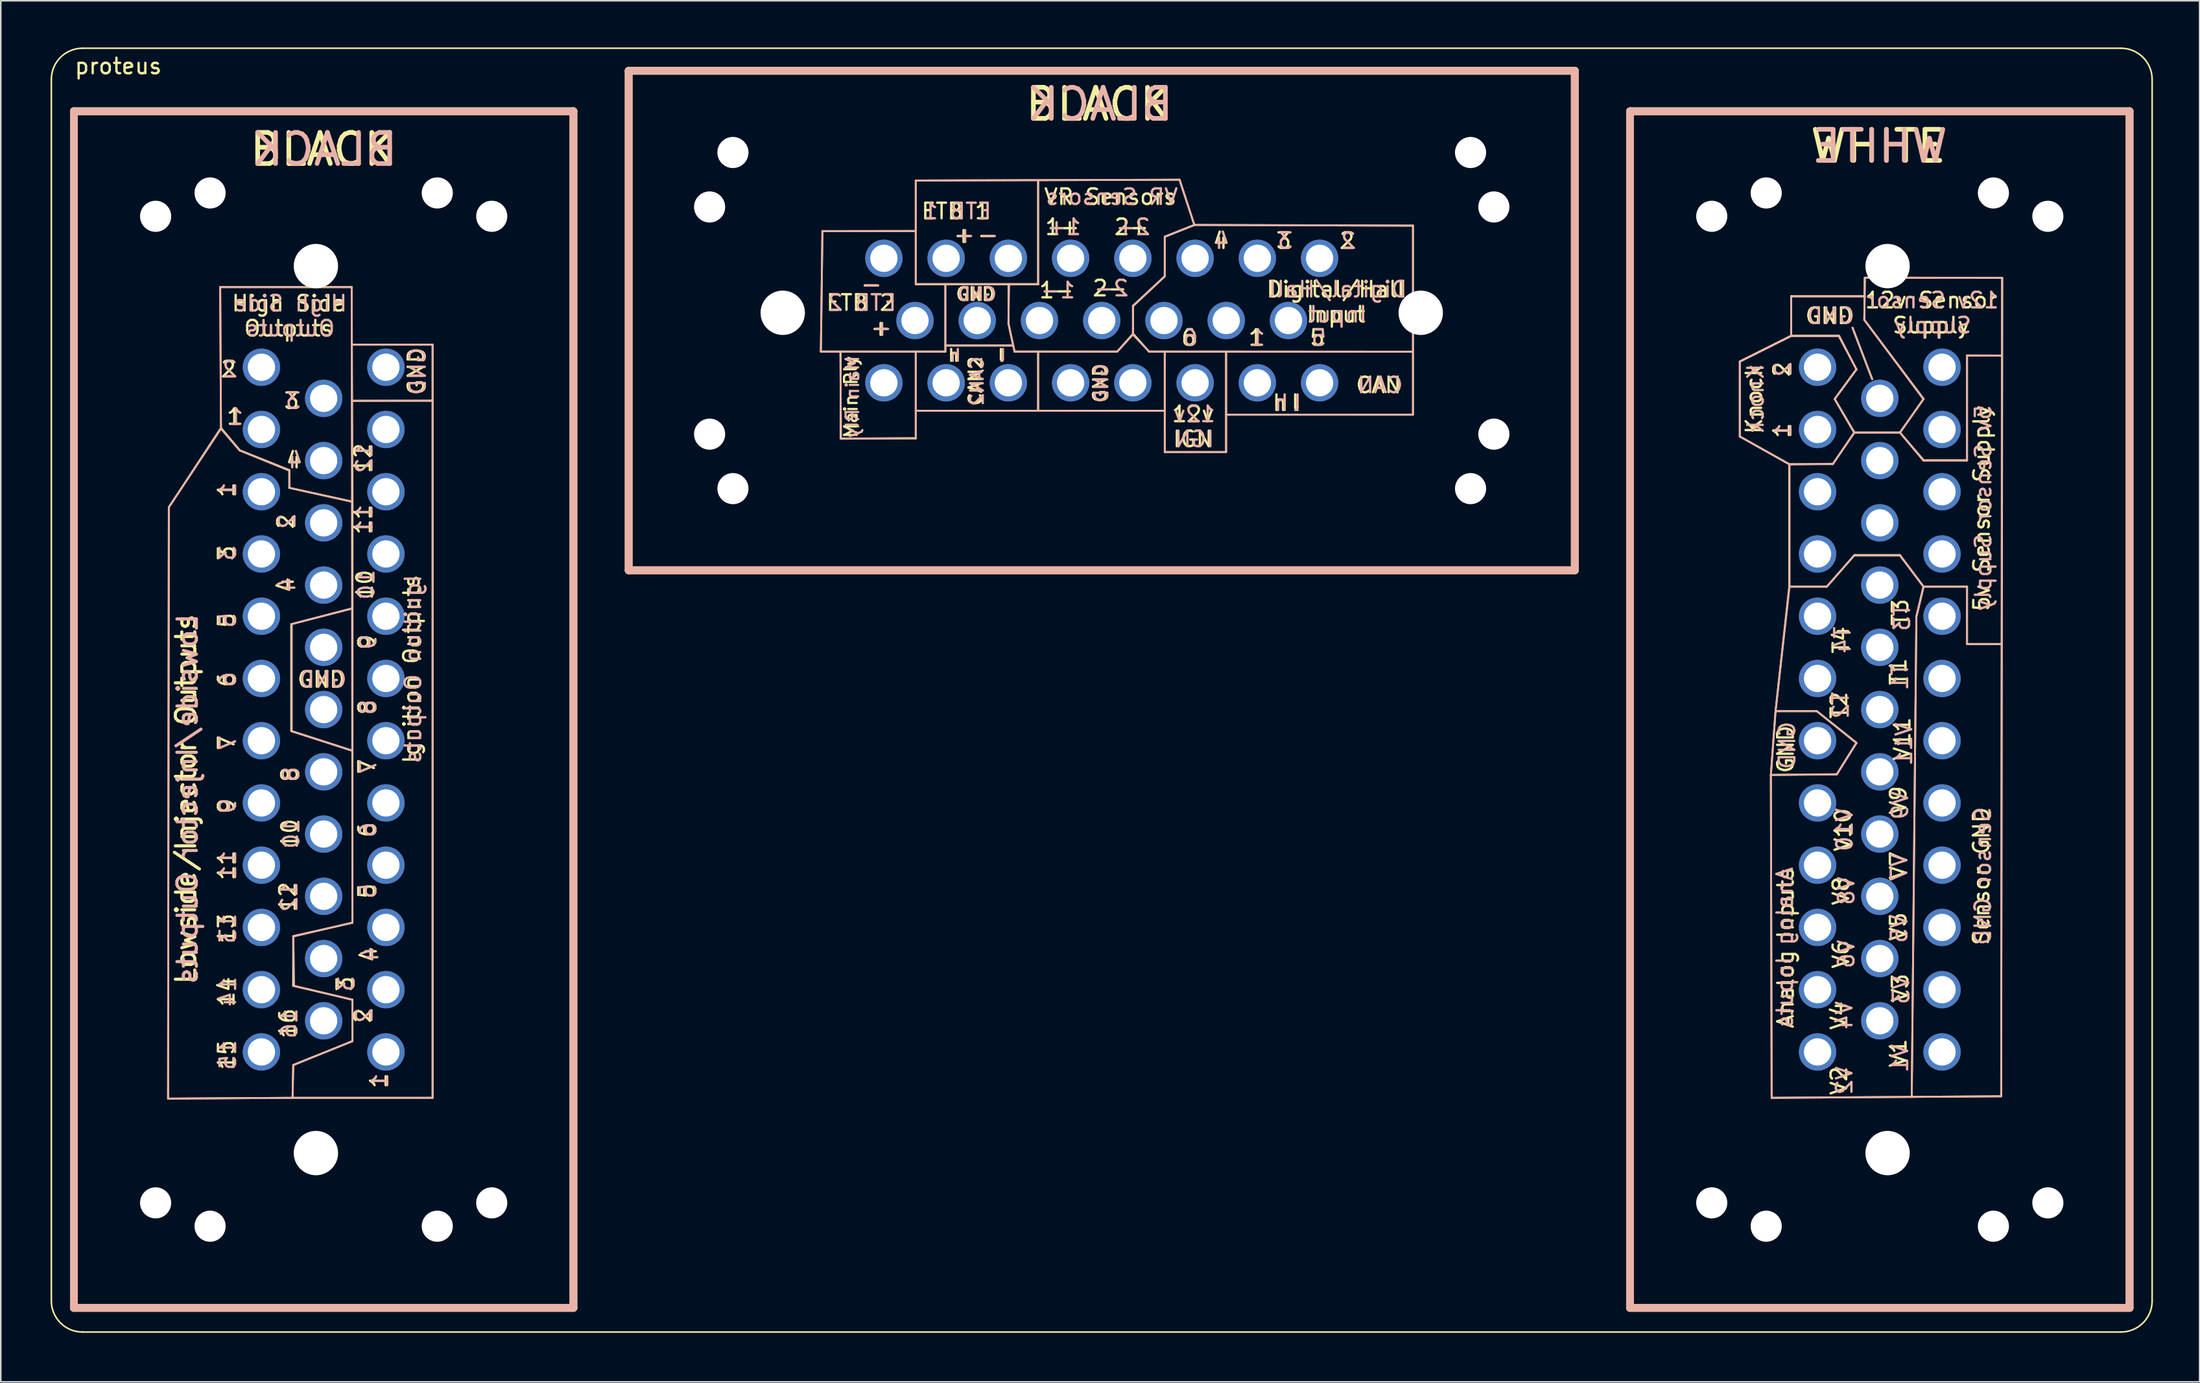
<source format=kicad_pcb>
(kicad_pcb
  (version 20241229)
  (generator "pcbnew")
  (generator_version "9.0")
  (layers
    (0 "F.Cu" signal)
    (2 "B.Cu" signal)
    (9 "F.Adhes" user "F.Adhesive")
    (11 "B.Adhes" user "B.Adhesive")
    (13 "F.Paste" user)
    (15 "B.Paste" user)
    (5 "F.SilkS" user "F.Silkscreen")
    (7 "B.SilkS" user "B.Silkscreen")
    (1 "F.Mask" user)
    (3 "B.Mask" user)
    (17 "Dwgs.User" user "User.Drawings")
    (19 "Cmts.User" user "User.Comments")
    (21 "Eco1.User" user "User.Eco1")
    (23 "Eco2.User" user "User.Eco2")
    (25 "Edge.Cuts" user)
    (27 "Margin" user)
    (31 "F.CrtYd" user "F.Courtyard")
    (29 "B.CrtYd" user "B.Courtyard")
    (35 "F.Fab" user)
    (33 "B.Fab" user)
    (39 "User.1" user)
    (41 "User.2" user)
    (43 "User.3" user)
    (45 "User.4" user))
  (footprint "proteus"
    (layer "F.Cu")
    (at 0.25 82.5)
    (property "Reference" "proteus" (at 4.3 -81.3 0) (unlocked yes) (layer "F.SilkS") (effects (font (size 1 1) (thickness 0.15))))
    (fp_line (start 0 -80.45) (end 0 -1.95) (stroke (width 0.1) (type solid)) (layer "F.SilkS"))
    (fp_line (start 1.45 -78.4) (end 33.55 -78.4) (stroke (width 0.5) (type solid)) (layer "F.SilkS"))
    (fp_line (start 1.45 -1.5) (end 1.45 -78.4) (stroke (width 0.5) (type solid)) (layer "F.SilkS"))
    (fp_line (start 1.45 -1.5) (end 33.55 -1.5) (stroke (width 0.5) (type solid)) (layer "F.SilkS"))
    (fp_line (start 2 0.05) (end 133 0.05) (stroke (width 0.1) (type solid)) (layer "F.SilkS"))
    (fp_line (start 7.5 -14.95) (end 7.55 -52.95) (stroke (width 0.12) (type solid)) (layer "F.SilkS"))
    (fp_line (start 7.55 -52.95) (end 10.9 -58.05) (stroke (width 0.12) (type solid)) (layer "F.SilkS"))
    (fp_line (start 10.9 -58.05) (end 10.85 -67.1) (stroke (width 0.12) (type solid)) (layer "F.SilkS"))
    (fp_line (start 12.112 -56.612) (end 10.9 -58.05) (stroke (width 0.12) (type solid)) (layer "F.SilkS"))
    (fp_line (start 15.287 -55.342) (end 12.112 -56.612) (stroke (width 0.12) (type solid)) (layer "F.SilkS"))
    (fp_line (start 15.287 -55.342) (end 15.287 -54.199) (stroke (width 0.12) (type solid)) (layer "F.SilkS"))
    (fp_line (start 15.287 -54.199) (end 19.351 -53.31) (stroke (width 0.12) (type solid)) (layer "F.SilkS"))
    (fp_line (start 15.414 -45.436) (end 15.414 -38.578) (stroke (width 0.12) (type solid)) (layer "F.SilkS"))
    (fp_line (start 15.414 -38.578) (end 19.351 -37.308) (stroke (width 0.12) (type solid)) (layer "F.SilkS"))
    (fp_line (start 15.5 -15) (end 7.5 -14.95) (stroke (width 0.12) (type solid)) (layer "F.SilkS"))
    (fp_line (start 15.541 -25.37) (end 15.541 -22.195) (stroke (width 0.12) (type solid)) (layer "F.SilkS"))
    (fp_line (start 15.541 -22.195) (end 19.351 -21.306) (stroke (width 0.12) (type solid)) (layer "F.SilkS"))
    (fp_line (start 15.541 -17.115) (end 15.5 -15) (stroke (width 0.12) (type solid)) (layer "F.SilkS"))
    (fp_line (start 19.3 -67.1) (end 10.85 -67.1) (stroke (width 0.12) (type solid)) (layer "F.SilkS"))
    (fp_line (start 19.334 -63.4) (end 24.5 -63.4) (stroke (width 0.12) (type solid)) (layer "F.SilkS"))
    (fp_line (start 19.351 -59.787) (end 24.5 -59.8) (stroke (width 0.12) (type solid)) (layer "F.SilkS"))
    (fp_line (start 19.351 -53.31) (end 19.3 -67.1) (stroke (width 0.12) (type solid)) (layer "F.SilkS"))
    (fp_line (start 19.351 -53.31) (end 19.351 -46.452) (stroke (width 0.12) (type solid)) (layer "F.SilkS"))
    (fp_line (start 19.351 -46.452) (end 15.414 -45.436) (stroke (width 0.12) (type solid)) (layer "F.SilkS"))
    (fp_line (start 19.351 -46.452) (end 19.351 -37.308) (stroke (width 0.12) (type solid)) (layer "F.SilkS"))
    (fp_line (start 19.351 -37.308) (end 19.351 -26.259) (stroke (width 0.12) (type solid)) (layer "F.SilkS"))
    (fp_line (start 19.351 -26.259) (end 15.541 -25.37) (stroke (width 0.12) (type solid)) (layer "F.SilkS"))
    (fp_line (start 19.351 -21.306) (end 19.351 -18.639) (stroke (width 0.12) (type solid)) (layer "F.SilkS"))
    (fp_line (start 19.351 -18.639) (end 15.541 -17.115) (stroke (width 0.12) (type solid)) (layer "F.SilkS"))
    (fp_line (start 24.5 -63.4) (end 24.5 -15) (stroke (width 0.12) (type solid)) (layer "F.SilkS"))
    (fp_line (start 24.5 -15) (end 15.5 -15) (stroke (width 0.12) (type solid)) (layer "F.SilkS"))
    (fp_line (start 33.55 -1.5) (end 33.55 -78.4) (stroke (width 0.5) (type solid)) (layer "F.SilkS"))
    (fp_line (start 37.1 -81) (end 97.9 -81) (stroke (width 0.5) (type solid)) (layer "F.SilkS"))
    (fp_line (start 37.1 -48.9) (end 37.1 -81) (stroke (width 0.5) (type solid)) (layer "F.SilkS"))
    (fp_line (start 49.55 -70.7) (end 49.45 -62.962) (stroke (width 0.12) (type solid)) (layer "F.SilkS"))
    (fp_line (start 50.72 -62.962) (end 50.72 -57.882) (stroke (width 0.12) (type solid)) (layer "F.SilkS"))
    (fp_line (start 50.72 -57.882) (end 50.72 -57.374) (stroke (width 0.12) (type solid)) (layer "F.SilkS"))
    (fp_line (start 50.72 -57.374) (end 55.546 -57.374) (stroke (width 0.12) (type solid)) (layer "F.SilkS"))
    (fp_line (start 55.546 -73.95) (end 72.5 -74) (stroke (width 0.12) (type solid)) (layer "F.SilkS"))
    (fp_line (start 55.546 -70.709) (end 49.55 -70.7) (stroke (width 0.12) (type solid)) (layer "F.SilkS"))
    (fp_line (start 55.546 -67.28) (end 55.546 -73.95) (stroke (width 0.12) (type solid)) (layer "F.SilkS"))
    (fp_line (start 55.546 -67.28) (end 63.42 -67.28) (stroke (width 0.12) (type solid)) (layer "F.SilkS"))
    (fp_line (start 55.546 -59.152) (end 55.546 -62.962) (stroke (width 0.12) (type solid)) (layer "F.SilkS"))
    (fp_line (start 55.546 -57.374) (end 55.546 -59.152) (stroke (width 0.12) (type solid)) (layer "F.SilkS"))
    (fp_line (start 57.451 -67.28) (end 57.451 -62.962) (stroke (width 0.12) (type solid)) (layer "F.SilkS"))
    (fp_line (start 57.451 -63.343) (end 61.769 -63.343) (stroke (width 0.12) (type solid)) (layer "F.SilkS"))
    (fp_line (start 57.451 -62.962) (end 49.45 -62.962) (stroke (width 0.12) (type solid)) (layer "F.SilkS"))
    (fp_line (start 61.515 -67.28) (end 61.515 -64.74) (stroke (width 0.12) (type solid)) (layer "F.SilkS"))
    (fp_line (start 61.515 -64.74) (end 61.896 -62.962) (stroke (width 0.12) (type solid)) (layer "F.SilkS"))
    (fp_line (start 61.896 -62.962) (end 68.5 -62.962) (stroke (width 0.12) (type solid)) (layer "F.SilkS"))
    (fp_line (start 63.42 -67.28) (end 63.42 -73.95) (stroke (width 0.12) (type solid)) (layer "F.SilkS"))
    (fp_line (start 63.42 -59.152) (end 63.42 -62.962) (stroke (width 0.12) (type solid)) (layer "F.SilkS"))
    (fp_line (start 68.5 -62.962) (end 69.516 -64.105) (stroke (width 0.12) (type solid)) (layer "F.SilkS"))
    (fp_line (start 69.516 -65.883) (end 71.548 -67.788) (stroke (width 0.12) (type solid)) (layer "F.SilkS"))
    (fp_line (start 69.516 -64.105) (end 69.516 -65.883) (stroke (width 0.12) (type solid)) (layer "F.SilkS"))
    (fp_line (start 69.516 -64.105) (end 70.532 -62.962) (stroke (width 0.12) (type solid)) (layer "F.SilkS"))
    (fp_line (start 70.532 -62.962) (end 87.5 -62.95) (stroke (width 0.12) (type solid)) (layer "F.SilkS"))
    (fp_line (start 71.548 -70.328) (end 73.453 -71.09) (stroke (width 0.12) (type solid)) (layer "F.SilkS"))
    (fp_line (start 71.548 -67.788) (end 71.548 -70.328) (stroke (width 0.12) (type solid)) (layer "F.SilkS"))
    (fp_line (start 71.548 -62.962) (end 71.55 -56.5) (stroke (width 0.12) (type solid)) (layer "F.SilkS"))
    (fp_line (start 71.548 -59.152) (end 55.546 -59.152) (stroke (width 0.12) (type solid)) (layer "F.SilkS"))
    (fp_line (start 72.5 -74) (end 73.453 -71.09) (stroke (width 0.12) (type solid)) (layer "F.SilkS"))
    (fp_line (start 73.453 -71.09) (end 87.5 -71.05) (stroke (width 0.12) (type solid)) (layer "F.SilkS"))
    (fp_line (start 75.485 -62.962) (end 75.485 -56.5) (stroke (width 0.12) (type solid)) (layer "F.SilkS"))
    (fp_line (start 75.485 -58.898) (end 87.5 -58.9) (stroke (width 0.12) (type solid)) (layer "F.SilkS"))
    (fp_line (start 75.485 -56.5) (end 71.55 -56.5) (stroke (width 0.12) (type solid)) (layer "F.SilkS"))
    (fp_line (start 87.5 -71.05) (end 87.5 -58.9) (stroke (width 0.12) (type solid)) (layer "F.SilkS"))
    (fp_line (start 97.9 -81) (end 97.9 -48.9) (stroke (width 0.5) (type solid)) (layer "F.SilkS"))
    (fp_line (start 97.9 -48.9) (end 37.1 -48.9) (stroke (width 0.5) (type solid)) (layer "F.SilkS"))
    (fp_line (start 101.45 -78.4) (end 101.45 -1.5) (stroke (width 0.5) (type solid)) (layer "F.SilkS"))
    (fp_line (start 108.505 -62.327) (end 111.807 -63.978) (stroke (width 0.12) (type solid)) (layer "F.SilkS"))
    (fp_line (start 108.505 -57.501) (end 108.505 -62.327) (stroke (width 0.12) (type solid)) (layer "F.SilkS"))
    (fp_line (start 110.5 -35.75) (end 114.728 -35.784) (stroke (width 0.12) (type solid)) (layer "F.SilkS"))
    (fp_line (start 110.55 -15) (end 110.5 -35.75) (stroke (width 0.12) (type solid)) (layer "F.SilkS"))
    (fp_line (start 110.8 -39.85) (end 110.5 -35.75) (stroke (width 0.12) (type solid)) (layer "F.SilkS"))
    (fp_line (start 110.8 -39.85) (end 111.68 -47.849) (stroke (width 0.12) (type solid)) (layer "F.SilkS"))
    (fp_line (start 111.68 -55.723) (end 108.505 -57.501) (stroke (width 0.12) (type solid)) (layer "F.SilkS"))
    (fp_line (start 111.68 -55.723) (end 111.68 -47.849) (stroke (width 0.12) (type solid)) (layer "F.SilkS"))
    (fp_line (start 111.68 -47.849) (end 114.093 -47.849) (stroke (width 0.12) (type solid)) (layer "F.SilkS"))
    (fp_line (start 111.68 -39.848) (end 110.8 -39.85) (stroke (width 0.12) (type solid)) (layer "F.SilkS"))
    (fp_line (start 111.807 -66.518) (end 116.506 -66.518) (stroke (width 0.12) (type solid)) (layer "F.SilkS"))
    (fp_line (start 111.807 -63.978) (end 111.807 -66.518) (stroke (width 0.12) (type solid)) (layer "F.SilkS"))
    (fp_line (start 111.807 -63.978) (end 114.855 -63.978) (stroke (width 0.12) (type solid)) (layer "F.SilkS"))
    (fp_line (start 111.934 -55.723) (end 111.68 -55.723) (stroke (width 0.12) (type solid)) (layer "F.SilkS"))
    (fp_line (start 111.934 -55.723) (end 114.474 -55.723) (stroke (width 0.12) (type solid)) (layer "F.SilkS"))
    (fp_line (start 113.458 -39.848) (end 111.68 -39.848) (stroke (width 0.12) (type solid)) (layer "F.SilkS"))
    (fp_line (start 114.093 -47.849) (end 115.871 -49.881) (stroke (width 0.12) (type solid)) (layer "F.SilkS"))
    (fp_line (start 114.474 -55.723) (end 115.871 -57.755) (stroke (width 0.12) (type solid)) (layer "F.SilkS"))
    (fp_line (start 114.601 -59.914) (end 115.998 -61.819) (stroke (width 0.12) (type solid)) (layer "F.SilkS"))
    (fp_line (start 114.728 -35.784) (end 115.998 -37.816) (stroke (width 0.12) (type solid)) (layer "F.SilkS"))
    (fp_line (start 114.855 -63.978) (end 115.998 -61.819) (stroke (width 0.12) (type solid)) (layer "F.SilkS"))
    (fp_line (start 115.744 -64.486) (end 117.014 -61.184) (stroke (width 0.12) (type solid)) (layer "F.SilkS"))
    (fp_line (start 115.871 -57.755) (end 114.601 -59.914) (stroke (width 0.12) (type solid)) (layer "F.SilkS"))
    (fp_line (start 115.871 -57.755) (end 118.792 -57.755) (stroke (width 0.12) (type solid)) (layer "F.SilkS"))
    (fp_line (start 115.871 -49.881) (end 118.792 -49.881) (stroke (width 0.12) (type solid)) (layer "F.SilkS"))
    (fp_line (start 115.998 -37.816) (end 113.458 -39.848) (stroke (width 0.12) (type solid)) (layer "F.SilkS"))
    (fp_line (start 116.506 -64.994) (end 116.528 -67.65) (stroke (width 0.12) (type solid)) (layer "F.SilkS"))
    (fp_line (start 116.528 -67.709) (end 125.372 -67.691) (stroke (width 0.12) (type solid)) (layer "F.SilkS"))
    (fp_line (start 118.792 -61.946) (end 116.506 -64.994) (stroke (width 0.12) (type solid)) (layer "F.SilkS"))
    (fp_line (start 118.792 -57.755) (end 120.316 -59.914) (stroke (width 0.12) (type solid)) (layer "F.SilkS"))
    (fp_line (start 118.792 -57.755) (end 120.316 -55.977) (stroke (width 0.12) (type solid)) (layer "F.SilkS"))
    (fp_line (start 118.792 -49.881) (end 120.316 -47.849) (stroke (width 0.12) (type solid)) (layer "F.SilkS"))
    (fp_line (start 119.85 -45.9) (end 119.554 -15.05) (stroke (width 0.12) (type solid)) (layer "F.SilkS"))
    (fp_line (start 120.316 -59.914) (end 118.792 -61.946) (stroke (width 0.12) (type solid)) (layer "F.SilkS"))
    (fp_line (start 120.316 -55.977) (end 123.11 -55.977) (stroke (width 0.12) (type solid)) (layer "F.SilkS"))
    (fp_line (start 120.316 -47.849) (end 119.85 -45.9) (stroke (width 0.12) (type solid)) (layer "F.SilkS"))
    (fp_line (start 120.316 -47.849) (end 123.11 -47.849) (stroke (width 0.12) (type solid)) (layer "F.SilkS"))
    (fp_line (start 123.11 -62.708) (end 125.3 -62.7) (stroke (width 0.12) (type solid)) (layer "F.SilkS"))
    (fp_line (start 123.11 -55.977) (end 123.11 -62.708) (stroke (width 0.12) (type solid)) (layer "F.SilkS"))
    (fp_line (start 123.11 -47.849) (end 123.11 -44.166) (stroke (width 0.12) (type solid)) (layer "F.SilkS"))
    (fp_line (start 123.11 -44.166) (end 125.3 -44.166) (stroke (width 0.12) (type solid)) (layer "F.SilkS"))
    (fp_line (start 125.3 -15.1) (end 110.55 -15) (stroke (width 0.12) (type solid)) (layer "F.SilkS"))
    (fp_line (start 125.3 -15.1) (end 125.372 -67.691) (stroke (width 0.12) (type solid)) (layer "F.SilkS"))
    (fp_line (start 133 -82.45) (end 2 -82.45) (stroke (width 0.1) (type solid)) (layer "F.SilkS"))
    (fp_line (start 133.55 -78.4) (end 101.45 -78.4) (stroke (width 0.5) (type solid)) (layer "F.SilkS"))
    (fp_line (start 133.55 -78.4) (end 133.55 -1.5) (stroke (width 0.5) (type solid)) (layer "F.SilkS"))
    (fp_line (start 133.55 -1.5) (end 101.45 -1.5) (stroke (width 0.5) (type solid)) (layer "F.SilkS"))
    (fp_line (start 135 -1.95) (end 135 -80.45) (stroke (width 0.1) (type solid)) (layer "F.SilkS"))
    (fp_arc (start -0.000001 -80.450001) (mid 0.585786 -81.864214) (end 2 -82.45) (stroke (width 0.1) (type solid)) (layer "F.SilkS"))
    (fp_arc (start 1.999999 0.050001) (mid 0.585786 -0.535786) (end 0 -1.95) (stroke (width 0.1) (type solid)) (layer "F.SilkS"))
    (fp_arc (start 133.000001 -82.450001) (mid 134.414214 -81.864214) (end 135 -80.45) (stroke (width 0.1) (type solid)) (layer "F.SilkS"))
    (fp_arc (start 135.000001 -1.949999) (mid 134.414214 -0.535786) (end 133 0.05) (stroke (width 0.1) (type solid)) (layer "F.SilkS"))
    (fp_line (start 1.45 -78.4) (end 1.45 -1.5) (stroke (width 0.5) (type solid)) (layer "B.SilkS"))
    (fp_line (start 1.45 -78.4) (end 33.55 -78.4) (stroke (width 0.5) (type solid)) (layer "B.SilkS"))
    (fp_line (start 1.45 -1.5) (end 33.55 -1.5) (stroke (width 0.5) (type solid)) (layer "B.SilkS"))
    (fp_line (start 7.5 -14.95) (end 15.5 -15) (stroke (width 0.12) (type solid)) (layer "B.SilkS"))
    (fp_line (start 7.55 -52.95) (end 7.5 -14.95) (stroke (width 0.12) (type solid)) (layer "B.SilkS"))
    (fp_line (start 10.85 -67.1) (end 10.9 -58) (stroke (width 0.12) (type solid)) (layer "B.SilkS"))
    (fp_line (start 10.85 -67.1) (end 19.3 -67.1) (stroke (width 0.12) (type solid)) (layer "B.SilkS"))
    (fp_line (start 10.9 -58) (end 7.55 -52.95) (stroke (width 0.12) (type solid)) (layer "B.SilkS"))
    (fp_line (start 12.1 -56.6) (end 10.9 -58) (stroke (width 0.12) (type solid)) (layer "B.SilkS"))
    (fp_line (start 15.3 -55.3) (end 12.1 -56.6) (stroke (width 0.12) (type solid)) (layer "B.SilkS"))
    (fp_line (start 15.3 -54.2) (end 15.3 -55.3) (stroke (width 0.12) (type solid)) (layer "B.SilkS"))
    (fp_line (start 15.45 -45.45) (end 19.3 -46.45) (stroke (width 0.12) (type solid)) (layer "B.SilkS"))
    (fp_line (start 15.45 -38.55) (end 15.45 -45.45) (stroke (width 0.12) (type solid)) (layer "B.SilkS"))
    (fp_line (start 15.5 -15) (end 24.5 -15) (stroke (width 0.12) (type solid)) (layer "B.SilkS"))
    (fp_line (start 15.55 -25.4) (end 15.6 -22.2) (stroke (width 0.12) (type solid)) (layer "B.SilkS"))
    (fp_line (start 15.55 -17.1) (end 15.5 -15) (stroke (width 0.12) (type solid)) (layer "B.SilkS"))
    (fp_line (start 15.6 -22.2) (end 19.35 -21.3) (stroke (width 0.12) (type solid)) (layer "B.SilkS"))
    (fp_line (start 19.3 -67.1) (end 19.35 -26.25) (stroke (width 0.12) (type solid)) (layer "B.SilkS"))
    (fp_line (start 19.3 -59.8) (end 24.5 -59.8) (stroke (width 0.12) (type solid)) (layer "B.SilkS"))
    (fp_line (start 19.35 -53.3) (end 15.3 -54.2) (stroke (width 0.12) (type solid)) (layer "B.SilkS"))
    (fp_line (start 19.35 -37.3) (end 15.45 -38.55) (stroke (width 0.12) (type solid)) (layer "B.SilkS"))
    (fp_line (start 19.35 -26.25) (end 15.55 -25.4) (stroke (width 0.12) (type solid)) (layer "B.SilkS"))
    (fp_line (start 19.35 -21.3) (end 19.35 -18.65) (stroke (width 0.12) (type solid)) (layer "B.SilkS"))
    (fp_line (start 19.35 -18.65) (end 15.55 -17.1) (stroke (width 0.12) (type solid)) (layer "B.SilkS"))
    (fp_line (start 24.5 -63.4) (end 19.3 -63.4) (stroke (width 0.12) (type solid)) (layer "B.SilkS"))
    (fp_line (start 24.5 -15) (end 24.5 -63.4) (stroke (width 0.12) (type solid)) (layer "B.SilkS"))
    (fp_line (start 33.55 -78.4) (end 33.55 -1.5) (stroke (width 0.5) (type solid)) (layer "B.SilkS"))
    (fp_line (start 37.1 -81) (end 37.1 -48.9) (stroke (width 0.5) (type solid)) (layer "B.SilkS"))
    (fp_line (start 37.1 -48.9) (end 97.9 -48.9) (stroke (width 0.5) (type solid)) (layer "B.SilkS"))
    (fp_line (start 49.45 -62.95) (end 49.55 -70.7) (stroke (width 0.12) (type solid)) (layer "B.SilkS"))
    (fp_line (start 49.55 -70.7) (end 55.55 -70.7) (stroke (width 0.12) (type solid)) (layer "B.SilkS"))
    (fp_line (start 50.75 -57.35) (end 50.7 -62.95) (stroke (width 0.12) (type solid)) (layer "B.SilkS"))
    (fp_line (start 55.55 -73.95) (end 55.55 -67.3) (stroke (width 0.12) (type solid)) (layer "B.SilkS"))
    (fp_line (start 55.55 -67.3) (end 63.4 -67.3) (stroke (width 0.12) (type solid)) (layer "B.SilkS"))
    (fp_line (start 55.55 -62.85) (end 55.55 -57.4) (stroke (width 0.12) (type solid)) (layer "B.SilkS"))
    (fp_line (start 55.55 -57.4) (end 50.75 -57.35) (stroke (width 0.12) (type solid)) (layer "B.SilkS"))
    (fp_line (start 55.65 -73.95) (end 72.5 -74) (stroke (width 0.12) (type solid)) (layer "B.SilkS"))
    (fp_line (start 57.45 -67.3) (end 57.45 -62.95) (stroke (width 0.12) (type solid)) (layer "B.SilkS"))
    (fp_line (start 57.45 -63.35) (end 61.8 -63.35) (stroke (width 0.12) (type solid)) (layer "B.SilkS"))
    (fp_line (start 57.45 -62.95) (end 49.45 -62.95) (stroke (width 0.12) (type solid)) (layer "B.SilkS"))
    (fp_line (start 61.5 -64.75) (end 61.9 -62.95) (stroke (width 0.12) (type solid)) (layer "B.SilkS"))
    (fp_line (start 61.55 -67.3) (end 61.5 -64.75) (stroke (width 0.12) (type solid)) (layer "B.SilkS"))
    (fp_line (start 61.9 -62.95) (end 68.5 -62.95) (stroke (width 0.12) (type solid)) (layer "B.SilkS"))
    (fp_line (start 63.4 -67.3) (end 63.4 -73.95) (stroke (width 0.12) (type solid)) (layer "B.SilkS"))
    (fp_line (start 63.4 -62.95) (end 63.4 -59.15) (stroke (width 0.12) (type solid)) (layer "B.SilkS"))
    (fp_line (start 68.5 -62.95) (end 69.5 -64.05) (stroke (width 0.12) (type solid)) (layer "B.SilkS"))
    (fp_line (start 69.5 -65.9) (end 71.55 -67.8) (stroke (width 0.12) (type solid)) (layer "B.SilkS"))
    (fp_line (start 69.5 -64.05) (end 69.5 -65.9) (stroke (width 0.12) (type solid)) (layer "B.SilkS"))
    (fp_line (start 69.5 -64.05) (end 70.55 -62.95) (stroke (width 0.12) (type solid)) (layer "B.SilkS"))
    (fp_line (start 70.55 -62.95) (end 87.5 -62.95) (stroke (width 0.12) (type solid)) (layer "B.SilkS"))
    (fp_line (start 71.55 -70.35) (end 73.45 -71.1) (stroke (width 0.12) (type solid)) (layer "B.SilkS"))
    (fp_line (start 71.55 -67.8) (end 71.55 -70.35) (stroke (width 0.12) (type solid)) (layer "B.SilkS"))
    (fp_line (start 71.55 -59.15) (end 55.55 -59.15) (stroke (width 0.12) (type solid)) (layer "B.SilkS"))
    (fp_line (start 71.55 -56.5) (end 71.55 -62.95) (stroke (width 0.12) (type solid)) (layer "B.SilkS"))
    (fp_line (start 72.5 -74) (end 73.45 -71.1) (stroke (width 0.12) (type solid)) (layer "B.SilkS"))
    (fp_line (start 73.45 -71.1) (end 87.5 -71.05) (stroke (width 0.12) (type solid)) (layer "B.SilkS"))
    (fp_line (start 75.5 -62.9) (end 75.5 -56.5) (stroke (width 0.12) (type solid)) (layer "B.SilkS"))
    (fp_line (start 75.5 -56.5) (end 71.55 -56.5) (stroke (width 0.12) (type solid)) (layer "B.SilkS"))
    (fp_line (start 87.5 -71.05) (end 87.5 -58.9) (stroke (width 0.12) (type solid)) (layer "B.SilkS"))
    (fp_line (start 87.5 -58.9) (end 75.5 -58.9) (stroke (width 0.12) (type solid)) (layer "B.SilkS"))
    (fp_line (start 97.9 -81) (end 37.1 -81) (stroke (width 0.5) (type solid)) (layer "B.SilkS"))
    (fp_line (start 97.9 -48.9) (end 97.9 -81) (stroke (width 0.5) (type solid)) (layer "B.SilkS"))
    (fp_line (start 101.45 -1.5) (end 101.45 -78.4) (stroke (width 0.5) (type solid)) (layer "B.SilkS"))
    (fp_line (start 108.5 -62.3) (end 111.8 -63.95) (stroke (width 0.12) (type solid)) (layer "B.SilkS"))
    (fp_line (start 108.5 -57.5) (end 108.5 -62.3) (stroke (width 0.12) (type solid)) (layer "B.SilkS"))
    (fp_line (start 110.5 -35.75) (end 110.8 -39.85) (stroke (width 0.12) (type solid)) (layer "B.SilkS"))
    (fp_line (start 110.55 -15) (end 110.5 -35.75) (stroke (width 0.12) (type solid)) (layer "B.SilkS"))
    (fp_line (start 110.8 -39.85) (end 111.7 -47.85) (stroke (width 0.12) (type solid)) (layer "B.SilkS"))
    (fp_line (start 110.8 -39.85) (end 113.45 -39.85) (stroke (width 0.12) (type solid)) (layer "B.SilkS"))
    (fp_line (start 111.7 -55.7) (end 108.5 -57.5) (stroke (width 0.12) (type solid)) (layer "B.SilkS"))
    (fp_line (start 111.7 -47.85) (end 111.7 -55.7) (stroke (width 0.12) (type solid)) (layer "B.SilkS"))
    (fp_line (start 111.7 -47.85) (end 114.1 -47.85) (stroke (width 0.12) (type solid)) (layer "B.SilkS"))
    (fp_line (start 111.8 -66.5) (end 116.55 -66.5) (stroke (width 0.12) (type solid)) (layer "B.SilkS"))
    (fp_line (start 111.8 -63.95) (end 111.8 -66.5) (stroke (width 0.12) (type solid)) (layer "B.SilkS"))
    (fp_line (start 111.8 -63.95) (end 114.9 -63.95) (stroke (width 0.12) (type solid)) (layer "B.SilkS"))
    (fp_line (start 113.45 -39.85) (end 116 -37.8) (stroke (width 0.12) (type solid)) (layer "B.SilkS"))
    (fp_line (start 114.1 -47.85) (end 115.85 -49.85) (stroke (width 0.12) (type solid)) (layer "B.SilkS"))
    (fp_line (start 114.5 -55.75) (end 111.7 -55.7) (stroke (width 0.12) (type solid)) (layer "B.SilkS"))
    (fp_line (start 114.6 -59.9) (end 115.85 -57.75) (stroke (width 0.12) (type solid)) (layer "B.SilkS"))
    (fp_line (start 114.75 -35.8) (end 110.5 -35.75) (stroke (width 0.12) (type solid)) (layer "B.SilkS"))
    (fp_line (start 114.9 -63.95) (end 116 -61.8) (stroke (width 0.12) (type solid)) (layer "B.SilkS"))
    (fp_line (start 115.85 -57.75) (end 114.5 -55.75) (stroke (width 0.12) (type solid)) (layer "B.SilkS"))
    (fp_line (start 115.85 -57.75) (end 118.8 -57.75) (stroke (width 0.12) (type solid)) (layer "B.SilkS"))
    (fp_line (start 115.85 -49.85) (end 118.8 -49.85) (stroke (width 0.12) (type solid)) (layer "B.SilkS"))
    (fp_line (start 116 -61.8) (end 114.6 -59.9) (stroke (width 0.12) (type solid)) (layer "B.SilkS"))
    (fp_line (start 116 -37.8) (end 114.75 -35.8) (stroke (width 0.12) (type solid)) (layer "B.SilkS"))
    (fp_line (start 116.5 -65) (end 120.3 -59.9) (stroke (width 0.12) (type solid)) (layer "B.SilkS"))
    (fp_line (start 116.55 -67.7) (end 116.5 -65) (stroke (width 0.12) (type solid)) (layer "B.SilkS"))
    (fp_line (start 117 -61.2) (end 115.75 -64.5) (stroke (width 0.12) (type solid)) (layer "B.SilkS"))
    (fp_line (start 118.8 -57.75) (end 120.3 -55.95) (stroke (width 0.12) (type solid)) (layer "B.SilkS"))
    (fp_line (start 118.8 -49.85) (end 120.3 -47.85) (stroke (width 0.12) (type solid)) (layer "B.SilkS"))
    (fp_line (start 119.85 -45.95) (end 119.55 -15.05) (stroke (width 0.12) (type solid)) (layer "B.SilkS"))
    (fp_line (start 120.3 -59.9) (end 118.8 -57.75) (stroke (width 0.12) (type solid)) (layer "B.SilkS"))
    (fp_line (start 120.3 -55.95) (end 123.1 -55.95) (stroke (width 0.12) (type solid)) (layer "B.SilkS"))
    (fp_line (start 120.3 -47.85) (end 119.85 -45.95) (stroke (width 0.12) (type solid)) (layer "B.SilkS"))
    (fp_line (start 120.3 -47.85) (end 123.1 -47.85) (stroke (width 0.12) (type solid)) (layer "B.SilkS"))
    (fp_line (start 123.1 -62.7) (end 125.35 -62.7) (stroke (width 0.12) (type solid)) (layer "B.SilkS"))
    (fp_line (start 123.1 -55.95) (end 123.1 -62.7) (stroke (width 0.12) (type solid)) (layer "B.SilkS"))
    (fp_line (start 123.1 -47.85) (end 123.1 -44.15) (stroke (width 0.12) (type solid)) (layer "B.SilkS"))
    (fp_line (start 123.1 -44.15) (end 125.35 -44.15) (stroke (width 0.12) (type solid)) (layer "B.SilkS"))
    (fp_line (start 125.3 -15.1) (end 110.55 -15) (stroke (width 0.12) (type solid)) (layer "B.SilkS"))
    (fp_line (start 125.35 -67.7) (end 116.55 -67.7) (stroke (width 0.12) (type solid)) (layer "B.SilkS"))
    (fp_line (start 125.35 -67.7) (end 125.3 -15.1) (stroke (width 0.12) (type solid)) (layer "B.SilkS"))
    (fp_line (start 133.55 -78.4) (end 101.45 -78.4) (stroke (width 0.5) (type solid)) (layer "B.SilkS"))
    (fp_line (start 133.55 -1.5) (end 101.45 -1.5) (stroke (width 0.5) (type solid)) (layer "B.SilkS"))
    (fp_line (start 133.55 -1.5) (end 133.55 -78.4) (stroke (width 0.5) (type solid)) (layer "B.SilkS"))
    (fp_text user "2" (at 20.013 -20.29 90) (layer "F.SilkS") (effects (font (size 1 1) (thickness 0.15))))
    (fp_text user "V5" (at 118.692 -26.005 90) (layer "F.SilkS") (effects (font (size 1 1) (thickness 0.15))))
    (fp_text user "3" (at 11.25 -50.008 90) (layer "F.SilkS") (effects (font (size 1 1) (thickness 0.15))))
    (fp_text user "Lowside/Injector Outputs" (at 8.65 -34.2 90) (layer "F.SilkS") (effects (font (size 1.25 1.25) (thickness 0.2))))
    (fp_text user "5" (at 11.25 -45.69 90) (layer "F.SilkS") (effects (font (size 1 1) (thickness 0.15))))
    (fp_text user "l" (at 79.957 -59.66 0) (layer "F.SilkS") (effects (font (size 1 1) (thickness 0.15))))
    (fp_text user "+" (at 53.287 -64.486 0) (layer "F.SilkS") (effects (font (size 1 1) (thickness 0.15))))
    (fp_text user "1-" (at 64.59 -66.899 0) (layer "F.SilkS") (effects (font (size 1 1) (thickness 0.15))))
    (fp_text user "8" (at 15.314 -35.784 90) (layer "F.SilkS") (effects (font (size 1 1) (thickness 0.15))))
    (fp_text user "+" (at 58.621 -70.455 0) (layer "F.SilkS") (effects (font (size 1 1) (thickness 0.15))))
    (fp_text user "3" (at 15.441 -59.787 0) (layer "F.SilkS") (effects (font (size 1 1) (thickness 0.15))))
    (fp_text user "V2" (at 114.882 -16.099 90) (layer "F.SilkS") (effects (font (size 1 1) (thickness 0.15))))
    (fp_text user "6" (at 11.25 -41.88 90) (layer "F.SilkS") (effects (font (size 1 1) (thickness 0.15))))
    (fp_text user "V9" (at 118.692 -34.133 90) (layer "F.SilkS") (effects (font (size 1 1) (thickness 0.15))))
    (fp_text user "4" (at 20.394 -24.227 90) (layer "F.SilkS") (effects (font (size 1 1) (thickness 0.15))))
    (fp_text user "1" (at 11.758 -58.771 0) (layer "F.SilkS") (effects (font (size 1 1) (thickness 0.15))))
    (fp_text user "V10" (at 115.136 -32.228 90) (layer "F.SilkS") (effects (font (size 1 1) (thickness 0.15))))
    (fp_text user "h" (at 57.986 -62.708 0) (layer "F.SilkS") (effects (font (size 0.762 0.762) (thickness 0.14))))
    (fp_text user "10" (at 20.14 -47.976 90) (layer "F.SilkS") (effects (font (size 1 1) (thickness 0.15))))
    (fp_text user "V8" (at 115.009 -28.291 90) (layer "F.SilkS") (effects (font (size 1 1) (thickness 0.15))))
    (fp_text user "h" (at 78.941 -59.66 0) (layer "F.SilkS") (effects (font (size 1 1) (thickness 0.15))))
    (fp_text user "l" (at 61.034 -62.708 0) (layer "F.SilkS") (effects (font (size 0.762 0.762) (thickness 0.14))))
    (fp_text user "1+" (at 64.971 -70.963 0) (layer "F.SilkS") (effects (font (size 1 1) (thickness 0.15))))
    (fp_text user "V3" (at 118.819 -22.068 90) (layer "F.SilkS") (effects (font (size 1 1) (thickness 0.15))))
    (fp_text user "12" (at 15.187 -27.91 90) (layer "F.SilkS") (effects (font (size 1 1) (thickness 0.15))))
    (fp_text user "Analog Inputs" (at 111.45 -24.65 90) (layer "F.SilkS") (effects (font (size 1 1) (thickness 0.15))))
    (fp_text user "V4" (at 114.882 -20.29 90) (layer "F.SilkS") (effects (font (size 1 1) (thickness 0.15))))
    (fp_text user "Digital/Hall\nInput" (at 82.55 -66.15 0) (layer "F.SilkS") (effects (font (size 1 1) (thickness 0.15))))
    (fp_text user "WHITE" (at 117.4 -76.15 0) (unlocked yes) (layer "F.SilkS") (effects (font (size 2 2) (thickness 0.3))))
    (fp_text user "CAN2" (at 59.383 -61.057 90) (layer "F.SilkS") (effects (font (size 0.813 0.813) (thickness 0.152))))
    (fp_text user "4" (at 75.131 -70.074 0) (layer "F.SilkS") (effects (font (size 1 1) (thickness 0.15))))
    (fp_text user "GND" (at 114.247 -65.248 0) (layer "F.SilkS") (effects (font (size 1 1) (thickness 0.15))))
    (fp_text user "6" (at 20.267 -32.228 90) (layer "F.SilkS") (effects (font (size 1 1) (thickness 0.15))))
    (fp_text user "V1" (at 118.692 -17.877 90) (layer "F.SilkS") (effects (font (size 1 1) (thickness 0.15))))
    (fp_text user "5" (at 20.267 -28.291 90) (layer "F.SilkS") (effects (font (size 1 1) (thickness 0.15))))
    (fp_text user "3" (at 18.87 -22.322 90) (layer "F.SilkS") (effects (font (size 1 1) (thickness 0.15))))
    (fp_text user "T3" (at 118.819 -46.198 90) (layer "F.SilkS") (effects (font (size 1 1) (thickness 0.15))))
    (fp_text user "BLACK" (at 17.45 -75.95 0) (unlocked yes) (layer "F.SilkS") (effects (font (size 2 2) (thickness 0.3))))
    (fp_text user "T2" (at 114.882 -40.229 90) (layer "F.SilkS") (effects (font (size 1 1) (thickness 0.15))))
    (fp_text user "T4" (at 115.009 -44.42 90) (layer "F.SilkS") (effects (font (size 1 1) (thickness 0.15))))
    (fp_text user "9" (at 11.25 -33.752 90) (layer "F.SilkS") (effects (font (size 1 1) (thickness 0.15))))
    (fp_text user "High Side\nOutputs" (at 15.25 -65.25 0) (layer "F.SilkS") (effects (font (size 1 1) (thickness 0.15))))
    (fp_text user "14" (at 11.25 -21.814 90) (layer "F.SilkS") (effects (font (size 1 1) (thickness 0.15))))
    (fp_text user "11" (at 11.25 -29.942 90) (layer "F.SilkS") (effects (font (size 1 1) (thickness 0.15))))
    (fp_text user "ETB 2" (at 52 -66.1 0) (layer "F.SilkS") (effects (font (size 1 1) (thickness 0.15))))
    (fp_text user "2" (at 11.377 -61.819 0) (layer "F.SilkS") (effects (font (size 1 1) (thickness 0.15))))
    (fp_text user "Sensor GND" (at 124.026 -29.25 90) (layer "F.SilkS") (effects (font (size 1 1) (thickness 0.15))))
    (fp_text user "1" (at 77.417 -63.851 0) (layer "F.SilkS") (effects (font (size 1 1) (thickness 0.15))))
    (fp_text user "V6" (at 115.009 -24.227 90) (layer "F.SilkS") (effects (font (size 1 1) (thickness 0.15))))
    (fp_text user "2+" (at 69.416 -70.963 0) (layer "F.SilkS") (effects (font (size 1 1) (thickness 0.15))))
    (fp_text user "6" (at 73.099 -63.851 0) (layer "F.SilkS") (effects (font (size 1 1) (thickness 0.15))))
    (fp_text user "2" (at 111.199 -61.819 90) (layer "F.SilkS") (effects (font (size 1 1) (thickness 0.15))))
    (fp_text user "GND" (at 23.442 -61.692 90) (layer "F.SilkS") (effects (font (size 1 1) (thickness 0.15))))
    (fp_text user "16" (at 15.187 -19.782 90) (layer "F.SilkS") (effects (font (size 1 1) (thickness 0.15))))
    (fp_text user "5v Sensor Supply" (at 124.05 -52.9 90) (layer "F.SilkS") (effects (font (size 1 1) (thickness 0.15))))
    (fp_text user "-" (at 52.652 -67.28 0) (layer "F.SilkS") (effects (font (size 1 1) (thickness 0.15))))
    (fp_text user "GND" (at 67.384 -60.93 90) (layer "F.SilkS") (effects (font (size 0.813 0.813) (thickness 0.152))))
    (fp_text user "11" (at 20.013 -52.167 90) (layer "F.SilkS") (effects (font (size 1 1) (thickness 0.15))))
    (fp_text user "12v Sensor\nSupply" (at 120.8 -65.45 0) (layer "F.SilkS") (effects (font (size 1 1) (thickness 0.15))))
    (fp_text user "Main Rly" (at 51.382 -60.041 90) (layer "F.SilkS") (effects (font (size 0.813 0.813) (thickness 0.14))))
    (fp_text user "CAN" (at 85.291 -60.803 0) (layer "F.SilkS") (effects (font (size 1 1) (thickness 0.15))))
    (fp_text user "Knock" (at 109.421 -59.914 90) (layer "F.SilkS") (effects (font (size 1 1) (thickness 0.15))))
    (fp_text user "7" (at 11.25 -37.816 90) (layer "F.SilkS") (effects (font (size 1 1) (thickness 0.15))))
    (fp_text user "13" (at 11.25 -25.878 90) (layer "F.SilkS") (effects (font (size 1 1) (thickness 0.15))))
    (fp_text user "4" (at 15.568 -55.977 0) (layer "F.SilkS") (effects (font (size 1 1) (thickness 0.15))))
    (fp_text user "GND" (at 111.45 -37.4 90) (layer "F.SilkS") (effects (font (size 1 1) (thickness 0.15))))
    (fp_text user "V11" (at 118.946 -38.07 90) (layer "F.SilkS") (effects (font (size 1 1) (thickness 0.15))))
    (fp_text user "BLACK" (at 67.3 -78.85 0) (unlocked yes) (layer "F.SilkS") (effects (font (size 2 2) (thickness 0.3))))
    (fp_text user "9" (at 20.267 -44.293 90) (layer "F.SilkS") (effects (font (size 1 1) (thickness 0.15))))
    (fp_text user "1" (at 11.25 -54.072 90) (layer "F.SilkS") (effects (font (size 1 1) (thickness 0.15))))
    (fp_text user "-" (at 60.145 -70.455 0) (layer "F.SilkS") (effects (font (size 1 1) (thickness 0.15))))
    (fp_text user "V7" (at 118.692 -29.942 90) (layer "F.SilkS") (effects (font (size 1 1) (thickness 0.15))))
    (fp_text user "Ignition Outputs" (at 23.15 -42.55 90) (layer "F.SilkS") (effects (font (size 1 1) (thickness 0.15))))
    (fp_text user "T1" (at 118.692 -42.388 90) (layer "F.SilkS") (effects (font (size 1 1) (thickness 0.15))))
    (fp_text user "1" (at 111.199 -57.882 90) (layer "F.SilkS") (effects (font (size 1 1) (thickness 0.15))))
    (fp_text user "2" (at 15.06 -52.04 90) (layer "F.SilkS") (effects (font (size 1 1) (thickness 0.15))))
    (fp_text user "ETB 1" (at 58.113 -71.979 0) (layer "F.SilkS") (effects (font (size 1 1) (thickness 0.15))))
    (fp_text user "2" (at 83.259 -70.074 0) (layer "F.SilkS") (effects (font (size 1 1) (thickness 0.15))))
    (fp_text user "7" (at 20.267 -36.292 90) (layer "F.SilkS") (effects (font (size 1 1) (thickness 0.15))))
    (fp_text user "5" (at 81.354 -63.851 0) (layer "F.SilkS") (effects (font (size 1 1) (thickness 0.15))))
    (fp_text user "12" (at 20.013 -56.104 90) (layer "F.SilkS") (effects (font (size 1 1) (thickness 0.15))))
    (fp_text user "1" (at 21.029 -16.099 90) (layer "F.SilkS") (effects (font (size 1 1) (thickness 0.15))))
    (fp_text user "GND" (at 59.383 -66.645 0) (layer "F.SilkS") (effects (font (size 0.813 0.813) (thickness 0.152))))
    (fp_text user "10" (at 15.314 -31.974 90) (layer "F.SilkS") (effects (font (size 1 1) (thickness 0.15))))
    (fp_text user "VR Sensors" (at 68.05 -72.9 0) (layer "F.SilkS") (effects (font (size 1 1) (thickness 0.15))))
    (fp_text user "4" (at 15.06 -47.976 90) (layer "F.SilkS") (effects (font (size 1 1) (thickness 0.15))))
    (fp_text user "GND" (at 17.346 -41.88 0) (layer "F.SilkS") (effects (font (size 1 1) (thickness 0.15))))
    (fp_text user "8" (at 20.267 -40.102 90) (layer "F.SilkS") (effects (font (size 1 1) (thickness 0.15))))
    (fp_text user "3" (at 79.195 -70.074 0) (layer "F.SilkS") (effects (font (size 1 1) (thickness 0.15))))
    (fp_text user "2-" (at 68.019 -67.026 0) (layer "F.SilkS") (effects (font (size 1 1) (thickness 0.15))))
    (fp_text user "12v\nIGN" (at 73.353 -58.136 0) (layer "F.SilkS") (effects (font (size 1 1) (thickness 0.15))))
    (fp_text user "15" (at 11.25 -17.75 90) (layer "F.SilkS") (effects (font (size 1 1) (thickness 0.15))))
    (fp_text user "V6" (at 115.35 -24.236 270) (layer "B.SilkS") (effects (font (size 1 1) (thickness 0.15)) (justify mirror)))
    (fp_text user "1" (at 21.129 -16.099 270) (layer "B.SilkS") (effects (font (size 1 1) (thickness 0.15)) (justify mirror)))
    (fp_text user "GND" (at 114.347 -65.248 0) (layer "B.SilkS") (effects (font (size 1 1) (thickness 0.15)) (justify mirror)))
    (fp_text user "9" (at 11.35 -33.752 270) (layer "B.SilkS") (effects (font (size 1 1) (thickness 0.15)) (justify mirror)))
    (fp_text user "BLACK" (at 67.4 -78.85 0) (unlocked yes) (layer "B.SilkS") (effects (font (size 2 2) (thickness 0.3)) (justify mirror)))
    (fp_text user "4" (at 20.494 -24.227 270) (layer "B.SilkS") (effects (font (size 1 1) (thickness 0.15)) (justify mirror)))
    (fp_text user "4" (at 75.231 -70.074 0) (layer "B.SilkS") (effects (font (size 1 1) (thickness 0.15)) (justify mirror)))
    (fp_text user "Main Rly" (at 51.482 -60.041 270) (layer "B.SilkS") (effects (font (size 0.813 0.813) (thickness 0.14)) (justify mirror)))
    (fp_text user "1+" (at 65.071 -70.963 0) (layer "B.SilkS") (effects (font (size 1 1) (thickness 0.15)) (justify mirror)))
    (fp_text user "Sensor GND" (at 124.126 -29.25 270) (layer "B.SilkS") (effects (font (size 1 1) (thickness 0.15)) (justify mirror)))
    (fp_text user "V3" (at 118.877 -21.926 270) (layer "B.SilkS") (effects (font (size 1 1) (thickness 0.15)) (justify mirror)))
    (fp_text user "V5" (at 118.75 -25.863 270) (layer "B.SilkS") (effects (font (size 1 1) (thickness 0.15)) (justify mirror)))
    (fp_text user "GND" (at 59.483 -66.645 0) (layer "B.SilkS") (effects (font (size 0.813 0.813) (thickness 0.152)) (justify mirror)))
    (fp_text user "8" (at 15.414 -35.784 270) (layer "B.SilkS") (effects (font (size 1 1) (thickness 0.15)) (justify mirror)))
    (fp_text user "2" (at 11.477 -61.819 0) (layer "B.SilkS") (effects (font (size 1 1) (thickness 0.15)) (justify mirror)))
    (fp_text user "2" (at 111.299 -61.819 270) (layer "B.SilkS") (effects (font (size 1 1) (thickness 0.15)) (justify mirror)))
    (fp_text user "High Side\nOutputs" (at 15.35 -65.25 0) (layer "B.SilkS") (effects (font (size 1 1) (thickness 0.15)) (justify mirror)))
    (fp_text user "1-" (at 64.69 -66.899 0) (layer "B.SilkS") (effects (font (size 1 1) (thickness 0.15)) (justify mirror)))
    (fp_text user "CAN2" (at 59.483 -61.057 270) (layer "B.SilkS") (effects (font (size 0.813 0.813) (thickness 0.152)) (justify mirror)))
    (fp_text user "GND" (at 17.446 -41.88 0) (layer "B.SilkS") (effects (font (size 1 1) (thickness 0.15)) (justify mirror)))
    (fp_text user "Ignition Outputs" (at 23.25 -42.55 270) (layer "B.SilkS") (effects (font (size 1 1) (thickness 0.15)) (justify mirror)))
    (fp_text user "T2" (at 114.982 -40.229 270) (layer "B.SilkS") (effects (font (size 1 1) (thickness 0.15)) (justify mirror)))
    (fp_text user "Digital/Hall\nInput" (at 82.65 -66.15 0) (layer "B.SilkS") (effects (font (size 1 1) (thickness 0.15)) (justify mirror)))
    (fp_text user "14" (at 11.35 -21.814 270) (layer "B.SilkS") (effects (font (size 1 1) (thickness 0.15)) (justify mirror)))
    (fp_text user "3" (at 15.541 -59.787 0) (layer "B.SilkS") (effects (font (size 1 1) (thickness 0.15)) (justify mirror)))
    (fp_text user "GND" (at 111.55 -37.65 270) (layer "B.SilkS") (effects (font (size 1 1) (thickness 0.15)) (justify mirror)))
    (fp_text user "1" (at 77.517 -63.851 0) (layer "B.SilkS") (effects (font (size 1 1) (thickness 0.15)) (justify mirror)))
    (fp_text user "h" (at 79.041 -59.66 0) (layer "B.SilkS") (effects (font (size 1 1) (thickness 0.15)) (justify mirror)))
    (fp_text user "12" (at 20.113 -56.104 270) (layer "B.SilkS") (effects (font (size 1 1) (thickness 0.15)) (justify mirror)))
    (fp_text user "1" (at 11.35 -54.072 270) (layer "B.SilkS") (effects (font (size 1 1) (thickness 0.15)) (justify mirror)))
    (fp_text user "12v Sensor\nSupply" (at 120.9 -65.45 0) (layer "B.SilkS") (effects (font (size 1 1) (thickness 0.15)) (justify mirror)))
    (fp_text user "ETB 2" (at 52.1 -66.1 0) (layer "B.SilkS") (effects (font (size 1 1) (thickness 0.15)) (justify mirror)))
    (fp_text user "1" (at 111.299 -57.882 270) (layer "B.SilkS") (effects (font (size 1 1) (thickness 0.15)) (justify mirror)))
    (fp_text user "GND" (at 67.484 -60.93 270) (layer "B.SilkS") (effects (font (size 0.813 0.813) (thickness 0.152)) (justify mirror)))
    (fp_text user "5" (at 81.454 -63.851 0) (layer "B.SilkS") (effects (font (size 1 1) (thickness 0.15)) (justify mirror)))
    (fp_text user "15" (at 11.35 -17.75 270) (layer "B.SilkS") (effects (font (size 1 1) (thickness 0.15)) (justify mirror)))
    (fp_text user "CAN" (at 85.391 -60.803 0) (layer "B.SilkS") (effects (font (size 1 1) (thickness 0.15)) (justify mirror)))
    (fp_text user "3" (at 79.295 -70.074 0) (layer "B.SilkS") (effects (font (size 1 1) (thickness 0.15)) (justify mirror)))
    (fp_text user "T4" (at 115.109 -44.42 270) (layer "B.SilkS") (effects (font (size 1 1) (thickness 0.15)) (justify mirror)))
    (fp_text user "V10" (at 115.236 -32.228 270) (layer "B.SilkS") (effects (font (size 1 1) (thickness 0.15)) (justify mirror)))
    (fp_text user "6" (at 11.35 -41.88 270) (layer "B.SilkS") (effects (font (size 1 1) (thickness 0.15)) (justify mirror)))
    (fp_text user "l" (at 80.057 -59.66 0) (layer "B.SilkS") (effects (font (size 1 1) (thickness 0.15)) (justify mirror)))
    (fp_text user "8" (at 20.367 -40.102 270) (layer "B.SilkS") (effects (font (size 1 1) (thickness 0.15)) (justify mirror)))
    (fp_text user "V7" (at 118.75 -29.8 270) (layer "B.SilkS") (effects (font (size 1 1) (thickness 0.15)) (justify mirror)))
    (fp_text user "6" (at 20.367 -32.228 270) (layer "B.SilkS") (effects (font (size 1 1) (thickness 0.15)) (justify mirror)))
    (fp_text user "V1" (at 118.8 -17.539 270) (layer "B.SilkS") (effects (font (size 1 1) (thickness 0.15)) (justify mirror)))
    (fp_text user "V4" (at 115.223 -20.299 270) (layer "B.SilkS") (effects (font (size 1 1) (thickness 0.15)) (justify mirror)))
    (fp_text user "-" (at 60.245 -70.455 0) (layer "B.SilkS") (effects (font (size 1 1) (thickness 0.15)) (justify mirror)))
    (fp_text user "+" (at 53.387 -64.486 0) (layer "B.SilkS") (effects (font (size 1 1) (thickness 0.15)) (justify mirror)))
    (fp_text user "2+" (at 69.516 -70.963 0) (layer "B.SilkS") (effects (font (size 1 1) (thickness 0.15)) (justify mirror)))
    (fp_text user "1" (at 11.858 -58.771 0) (layer "B.SilkS") (effects (font (size 1 1) (thickness 0.15)) (justify mirror)))
    (fp_text user "Lowside/Injector Outputs" (at 8.75 -34.2 270) (layer "B.SilkS") (effects (font (size 1.25 1.25) (thickness 0.2)) (justify mirror)))
    (fp_text user "+" (at 58.721 -70.455 0) (layer "B.SilkS") (effects (font (size 1 1) (thickness 0.15)) (justify mirror)))
    (fp_text user "7" (at 11.35 -37.816 270) (layer "B.SilkS") (effects (font (size 1 1) (thickness 0.15)) (justify mirror)))
    (fp_text user "l" (at 61.134 -62.708 0) (layer "B.SilkS") (effects (font (size 0.762 0.762) (thickness 0.14)) (justify mirror)))
    (fp_text user "3" (at 18.97 -22.322 270) (layer "B.SilkS") (effects (font (size 1 1) (thickness 0.15)) (justify mirror)))
    (fp_text user "6" (at 73.199 -63.851 0) (layer "B.SilkS") (effects (font (size 1 1) (thickness 0.15)) (justify mirror)))
    (fp_text user "GND" (at 23.542 -61.692 270) (layer "B.SilkS") (effects (font (size 1 1) (thickness 0.15)) (justify mirror)))
    (fp_text user "Analog Inputs" (at 111.4 -24.65 270) (layer "B.SilkS") (effects (font (size 1 1) (thickness 0.15)) (justify mirror)))
    (fp_text user "10" (at 15.414 -31.974 270) (layer "B.SilkS") (effects (font (size 1 1) (thickness 0.15)) (justify mirror)))
    (fp_text user "12v\nIGN" (at 73.453 -58.136 0) (layer "B.SilkS") (effects (font (size 1 1) (thickness 0.15)) (justify mirror)))
    (fp_text user "V8" (at 115.35 -28.3 270) (layer "B.SilkS") (effects (font (size 1 1) (thickness 0.15)) (justify mirror)))
    (fp_text user "2" (at 83.359 -70.074 0) (layer "B.SilkS") (effects (font (size 1 1) (thickness 0.15)) (justify mirror)))
    (fp_text user "h" (at 58.086 -62.708 0) (layer "B.SilkS") (effects (font (size 0.762 0.762) (thickness 0.14)) (justify mirror)))
    (fp_text user "T3" (at 118.927 -45.86 270) (layer "B.SilkS") (effects (font (size 1 1) (thickness 0.15)) (justify mirror)))
    (fp_text user "-" (at 52.752 -67.28 0) (layer "B.SilkS") (effects (font (size 1 1) (thickness 0.15)) (justify mirror)))
    (fp_text user "T1" (at 118.8 -42.05 270) (layer "B.SilkS") (effects (font (size 1 1) (thickness 0.15)) (justify mirror)))
    (fp_text user "3" (at 11.35 -50.008 270) (layer "B.SilkS") (effects (font (size 1 1) (thickness 0.15)) (justify mirror)))
    (fp_text user "9" (at 20.367 -44.293 270) (layer "B.SilkS") (effects (font (size 1 1) (thickness 0.15)) (justify mirror)))
    (fp_text user "VR Sensors" (at 68.15 -72.9 0) (layer "B.SilkS") (effects (font (size 1 1) (thickness 0.15)) (justify mirror)))
    (fp_text user "5" (at 20.367 -28.291 270) (layer "B.SilkS") (effects (font (size 1 1) (thickness 0.15)) (justify mirror)))
    (fp_text user "10" (at 20.24 -47.976 270) (layer "B.SilkS") (effects (font (size 1 1) (thickness 0.15)) (justify mirror)))
    (fp_text user "13" (at 11.35 -25.878 270) (layer "B.SilkS") (effects (font (size 1 1) (thickness 0.15)) (justify mirror)))
    (fp_text user "7" (at 20.367 -36.292 270) (layer "B.SilkS") (effects (font (size 1 1) (thickness 0.15)) (justify mirror)))
    (fp_text user "12" (at 15.287 -27.91 270) (layer "B.SilkS") (effects (font (size 1 1) (thickness 0.15)) (justify mirror)))
    (fp_text user "4" (at 15.668 -55.977 0) (layer "B.SilkS") (effects (font (size 1 1) (thickness 0.15)) (justify mirror)))
    (fp_text user "2" (at 20.113 -20.29 270) (layer "B.SilkS") (effects (font (size 1 1) (thickness 0.15)) (justify mirror)))
    (fp_text user "ETB 1" (at 58.213 -71.979 0) (layer "B.SilkS") (effects (font (size 1 1) (thickness 0.15)) (justify mirror)))
    (fp_text user "V2" (at 115.223 -16.108 270) (layer "B.SilkS") (effects (font (size 1 1) (thickness 0.15)) (justify mirror)))
    (fp_text user "11" (at 11.35 -29.942 270) (layer "B.SilkS") (effects (font (size 1 1) (thickness 0.15)) (justify mirror)))
    (fp_text user "Knock" (at 109.521 -59.914 270) (layer "B.SilkS") (effects (font (size 1 1) (thickness 0.15)) (justify mirror)))
    (fp_text user "5v Sensor Supply" (at 124.15 -52.9 270) (layer "B.SilkS") (effects (font (size 1 1) (thickness 0.15)) (justify mirror)))
    (fp_text user "WHITE" (at 117.5 -76.15 0) (unlocked yes) (layer "B.SilkS") (effects (font (size 2 2) (thickness 0.3)) (justify mirror)))
    (fp_text user "BLACK" (at 17.55 -75.95 0) (unlocked yes) (layer "B.SilkS") (effects (font (size 2 2) (thickness 0.3)) (justify mirror)))
    (fp_text user "V9" (at 118.8 -33.795 270) (layer "B.SilkS") (effects (font (size 1 1) (thickness 0.15)) (justify mirror)))
    (fp_text user "2" (at 15.16 -52.04 270) (layer "B.SilkS") (effects (font (size 1 1) (thickness 0.15)) (justify mirror)))
    (fp_text user "2-" (at 68.119 -67.026 0) (layer "B.SilkS") (effects (font (size 1 1) (thickness 0.15)) (justify mirror)))
    (fp_text user "V11" (at 119.054 -37.732 270) (layer "B.SilkS") (effects (font (size 1 1) (thickness 0.15)) (justify mirror)))
    (fp_text user "16" (at 15.287 -19.782 270) (layer "B.SilkS") (effects (font (size 1 1) (thickness 0.15)) (justify mirror)))
    (fp_text user "5" (at 11.35 -45.69 270) (layer "B.SilkS") (effects (font (size 1 1) (thickness 0.15)) (justify mirror)))
    (fp_text user "4" (at 15.16 -47.976 270) (layer "B.SilkS") (effects (font (size 1 1) (thickness 0.15)) (justify mirror)))
    (fp_text user "11" (at 20.113 -52.167 270) (layer "B.SilkS") (effects (font (size 1 1) (thickness 0.15)) (justify mirror)))
    (pad "" np_thru_hole circle (at 6.7 -71.65 270) (size 2 2) (drill 2) (layers "*.Cu" "*.Mask"))
    (pad "" np_thru_hole circle (at 6.7 -8.25 270) (size 2 2) (drill 2) (layers "*.Cu" "*.Mask"))
    (pad "" np_thru_hole circle (at 10.2 -73.15 270) (size 2 2) (drill 2) (layers "*.Cu" "*.Mask"))
    (pad "" np_thru_hole circle (at 10.2 -6.75 270) (size 2 2) (drill 2) (layers "*.Cu" "*.Mask"))
    (pad "" np_thru_hole circle (at 17 -68.45 270) (size 2.85 2.85) (drill 2.85) (layers "*.Cu" "*.Mask"))
    (pad "" np_thru_hole circle (at 17 -11.45 270) (size 2.85 2.85) (drill 2.85) (layers "*.Cu" "*.Mask"))
    (pad "" np_thru_hole circle (at 24.8 -73.15 270) (size 2 2) (drill 2) (layers "*.Cu" "*.Mask"))
    (pad "" np_thru_hole circle (at 24.8 -6.75 270) (size 2 2) (drill 2) (layers "*.Cu" "*.Mask"))
    (pad "" np_thru_hole circle (at 28.3 -71.65 270) (size 2 2) (drill 2) (layers "*.Cu" "*.Mask"))
    (pad "" np_thru_hole circle (at 28.3 -8.25 270) (size 2 2) (drill 2) (layers "*.Cu" "*.Mask"))
    (pad "" np_thru_hole circle (at 42.3 -72.25 180) (size 2 2) (drill 2) (layers "*.Cu" "*.Mask"))
    (pad "" np_thru_hole circle (at 42.3 -57.65 180) (size 2 2) (drill 2) (layers "*.Cu" "*.Mask"))
    (pad "" np_thru_hole circle (at 43.8 -75.75 180) (size 2 2) (drill 2) (layers "*.Cu" "*.Mask"))
    (pad "" np_thru_hole circle (at 43.8 -54.15 180) (size 2 2) (drill 2) (layers "*.Cu" "*.Mask"))
    (pad "" np_thru_hole circle (at 47 -65.45 180) (size 2.85 2.85) (drill 2.85) (layers "*.Cu" "*.Mask"))
    (pad "" np_thru_hole circle (at 88 -65.45 180) (size 2.85 2.85) (drill 2.85) (layers "*.Cu" "*.Mask"))
    (pad "" np_thru_hole circle (at 91.2 -75.75 180) (size 2 2) (drill 2) (layers "*.Cu" "*.Mask"))
    (pad "" np_thru_hole circle (at 91.2 -54.15 180) (size 2 2) (drill 2) (layers "*.Cu" "*.Mask"))
    (pad "" np_thru_hole circle (at 92.7 -72.25 180) (size 2 2) (drill 2) (layers "*.Cu" "*.Mask"))
    (pad "" np_thru_hole circle (at 92.7 -57.65 180) (size 2 2) (drill 2) (layers "*.Cu" "*.Mask"))
    (pad "" np_thru_hole circle (at 106.7 -71.65 90) (size 2 2) (drill 2) (layers "*.Cu" "*.Mask"))
    (pad "" np_thru_hole circle (at 106.7 -8.25 90) (size 2 2) (drill 2) (layers "*.Cu" "*.Mask"))
    (pad "" np_thru_hole circle (at 110.2 -73.15 90) (size 2 2) (drill 2) (layers "*.Cu" "*.Mask"))
    (pad "" np_thru_hole circle (at 110.2 -6.75 90) (size 2 2) (drill 2) (layers "*.Cu" "*.Mask"))
    (pad "" np_thru_hole circle (at 118 -68.45 90) (size 2.85 2.85) (drill 2.85) (layers "*.Cu" "*.Mask"))
    (pad "" np_thru_hole circle (at 118 -11.45 90) (size 2.85 2.85) (drill 2.85) (layers "*.Cu" "*.Mask"))
    (pad "" np_thru_hole circle (at 124.8 -73.15 90) (size 2 2) (drill 2) (layers "*.Cu" "*.Mask"))
    (pad "" np_thru_hole circle (at 124.8 -6.75 90) (size 2 2) (drill 2) (layers "*.Cu" "*.Mask"))
    (pad "" np_thru_hole circle (at 128.3 -71.65 90) (size 2 2) (drill 2) (layers "*.Cu" "*.Mask"))
    (pad "" np_thru_hole circle (at 128.3 -8.25 90) (size 2 2) (drill 2) (layers "*.Cu" "*.Mask"))
    (pad "A1" thru_hole circle (at 13.5 -61.95 270) (size 2.4 2.4) (drill 1.75) (layers "*.Cu" "*.Mask"))
    (pad "A2" thru_hole circle (at 13.5 -57.95 270) (size 2.4 2.4) (drill 1.75) (layers "*.Cu" "*.Mask"))
    (pad "A3" thru_hole circle (at 13.5 -53.95 270) (size 2.4 2.4) (drill 1.75) (layers "*.Cu" "*.Mask"))
    (pad "A4" thru_hole circle (at 13.5 -49.95 270) (size 2.4 2.4) (drill 1.75) (layers "*.Cu" "*.Mask"))
    (pad "A5" thru_hole circle (at 13.5 -45.95 270) (size 2.4 2.4) (drill 1.75) (layers "*.Cu" "*.Mask"))
    (pad "A6" thru_hole circle (at 13.5 -41.95 270) (size 2.4 2.4) (drill 1.75) (layers "*.Cu" "*.Mask"))
    (pad "A7" thru_hole circle (at 13.5 -37.95 270) (size 2.4 2.4) (drill 1.75) (layers "*.Cu" "*.Mask"))
    (pad "A8" thru_hole circle (at 13.5 -33.95 270) (size 2.4 2.4) (drill 1.75) (layers "*.Cu" "*.Mask"))
    (pad "A9" thru_hole circle (at 13.5 -29.95 270) (size 2.4 2.4) (drill 1.75) (layers "*.Cu" "*.Mask"))
    (pad "A10" thru_hole circle (at 13.5 -25.95 270) (size 2.4 2.4) (drill 1.75) (layers "*.Cu" "*.Mask"))
    (pad "A11" thru_hole circle (at 13.5 -21.95 270) (size 2.4 2.4) (drill 1.75) (layers "*.Cu" "*.Mask"))
    (pad "A12" thru_hole circle (at 13.5 -17.95 270) (size 2.4 2.4) (drill 1.75) (layers "*.Cu" "*.Mask"))
    (pad "A13" thru_hole circle (at 17.5 -59.95 270) (size 2.4 2.4) (drill 1.75) (layers "*.Cu" "*.Mask"))
    (pad "A14" thru_hole circle (at 17.5 -55.95 270) (size 2.4 2.4) (drill 1.75) (layers "*.Cu" "*.Mask"))
    (pad "A15" thru_hole circle (at 17.5 -51.95 270) (size 2.4 2.4) (drill 1.75) (layers "*.Cu" "*.Mask"))
    (pad "A16" thru_hole circle (at 17.5 -47.95 270) (size 2.4 2.4) (drill 1.75) (layers "*.Cu" "*.Mask"))
    (pad "A17" thru_hole circle (at 17.5 -43.95 270) (size 2.4 2.4) (drill 1.75) (layers "*.Cu" "*.Mask"))
    (pad "A18" thru_hole circle (at 17.5 -39.95 270) (size 2.4 2.4) (drill 1.75) (layers "*.Cu" "*.Mask"))
    (pad "A19" thru_hole circle (at 17.5 -35.95 270) (size 2.4 2.4) (drill 1.75) (layers "*.Cu" "*.Mask"))
    (pad "A20" thru_hole circle (at 17.5 -31.95 270) (size 2.4 2.4) (drill 1.75) (layers "*.Cu" "*.Mask"))
    (pad "A21" thru_hole circle (at 17.5 -27.95 270) (size 2.4 2.4) (drill 1.75) (layers "*.Cu" "*.Mask"))
    (pad "A22" thru_hole circle (at 17.5 -23.95 270) (size 2.4 2.4) (drill 1.75) (layers "*.Cu" "*.Mask"))
    (pad "A23" thru_hole circle (at 17.5 -19.95 270) (size 2.4 2.4) (drill 1.75) (layers "*.Cu" "*.Mask"))
    (pad "A24" thru_hole circle (at 21.5 -61.95 270) (size 2.4 2.4) (drill 1.75) (layers "*.Cu" "*.Mask"))
    (pad "A25" thru_hole circle (at 21.5 -57.95 270) (size 2.4 2.4) (drill 1.75) (layers "*.Cu" "*.Mask"))
    (pad "A26" thru_hole circle (at 21.5 -53.95 270) (size 2.4 2.4) (drill 1.75) (layers "*.Cu" "*.Mask"))
    (pad "A27" thru_hole circle (at 21.5 -49.95 270) (size 2.4 2.4) (drill 1.75) (layers "*.Cu" "*.Mask"))
    (pad "A28" thru_hole circle (at 21.5 -45.95 270) (size 2.4 2.4) (drill 1.75) (layers "*.Cu" "*.Mask"))
    (pad "A29" thru_hole circle (at 21.5 -41.95 270) (size 2.4 2.4) (drill 1.75) (layers "*.Cu" "*.Mask"))
    (pad "A30" thru_hole circle (at 21.5 -37.95 270) (size 2.4 2.4) (drill 1.75) (layers "*.Cu" "*.Mask"))
    (pad "A31" thru_hole circle (at 21.5 -33.95 270) (size 2.4 2.4) (drill 1.75) (layers "*.Cu" "*.Mask"))
    (pad "A32" thru_hole circle (at 21.5 -29.95 270) (size 2.4 2.4) (drill 1.75) (layers "*.Cu" "*.Mask"))
    (pad "A33" thru_hole circle (at 21.5 -25.95 270) (size 2.4 2.4) (drill 1.75) (layers "*.Cu" "*.Mask"))
    (pad "A34" thru_hole circle (at 21.5 -21.95 270) (size 2.4 2.4) (drill 1.75) (layers "*.Cu" "*.Mask"))
    (pad "A35" thru_hole circle (at 21.5 -17.95 270) (size 2.4 2.4) (drill 1.75) (layers "*.Cu" "*.Mask"))
    (pad "B1" thru_hole circle (at 81.5 -68.95 180) (size 2.4 2.4) (drill 1.75) (layers "*.Cu" "*.Mask"))
    (pad "B2" thru_hole circle (at 77.5 -68.95 180) (size 2.4 2.4) (drill 1.75) (layers "*.Cu" "*.Mask"))
    (pad "B3" thru_hole circle (at 73.5 -68.95 180) (size 2.4 2.4) (drill 1.75) (layers "*.Cu" "*.Mask"))
    (pad "B4" thru_hole circle (at 69.5 -68.95 180) (size 2.4 2.4) (drill 1.75) (layers "*.Cu" "*.Mask"))
    (pad "B5" thru_hole circle (at 65.5 -68.95 180) (size 2.4 2.4) (drill 1.75) (layers "*.Cu" "*.Mask"))
    (pad "B6" thru_hole circle (at 61.5 -68.95 180) (size 2.4 2.4) (drill 1.75) (layers "*.Cu" "*.Mask"))
    (pad "B7" thru_hole circle (at 57.5 -68.95 180) (size 2.4 2.4) (drill 1.75) (layers "*.Cu" "*.Mask"))
    (pad "B8" thru_hole circle (at 53.5 -68.95 180) (size 2.4 2.4) (drill 1.75) (layers "*.Cu" "*.Mask"))
    (pad "B9" thru_hole circle (at 79.5 -64.95 180) (size 2.4 2.4) (drill 1.75) (layers "*.Cu" "*.Mask"))
    (pad "B10" thru_hole circle (at 75.5 -64.95 180) (size 2.4 2.4) (drill 1.75) (layers "*.Cu" "*.Mask"))
    (pad "B11" thru_hole circle (at 71.5 -64.95 180) (size 2.4 2.4) (drill 1.75) (layers "*.Cu" "*.Mask"))
    (pad "B12" thru_hole circle (at 67.5 -64.95 180) (size 2.4 2.4) (drill 1.75) (layers "*.Cu" "*.Mask"))
    (pad "B13" thru_hole circle (at 63.5 -64.95 180) (size 2.4 2.4) (drill 1.75) (layers "*.Cu" "*.Mask"))
    (pad "B14" thru_hole circle (at 59.5 -64.95 180) (size 2.4 2.4) (drill 1.75) (layers "*.Cu" "*.Mask"))
    (pad "B15" thru_hole circle (at 55.5 -64.95 180) (size 2.4 2.4) (drill 1.75) (layers "*.Cu" "*.Mask"))
    (pad "B16" thru_hole circle (at 81.5 -60.95 180) (size 2.4 2.4) (drill 1.75) (layers "*.Cu" "*.Mask"))
    (pad "B17" thru_hole circle (at 77.5 -60.95 180) (size 2.4 2.4) (drill 1.75) (layers "*.Cu" "*.Mask"))
    (pad "B18" thru_hole circle (at 73.5 -60.95 180) (size 2.4 2.4) (drill 1.75) (layers "*.Cu" "*.Mask"))
    (pad "B19" thru_hole circle (at 69.5 -60.95 180) (size 2.4 2.4) (drill 1.75) (layers "*.Cu" "*.Mask"))
    (pad "B20" thru_hole circle (at 65.5 -60.95 180) (size 2.4 2.4) (drill 1.75) (layers "*.Cu" "*.Mask"))
    (pad "B21" thru_hole circle (at 61.5 -60.95 180) (size 2.4 2.4) (drill 1.75) (layers "*.Cu" "*.Mask"))
    (pad "B22" thru_hole circle (at 57.5 -60.95 180) (size 2.4 2.4) (drill 1.75) (layers "*.Cu" "*.Mask"))
    (pad "B23" thru_hole circle (at 53.5 -60.95 180) (size 2.4 2.4) (drill 1.75) (layers "*.Cu" "*.Mask"))
    (pad "C1" thru_hole circle (at 121.5 -17.95 90) (size 2.4 2.4) (drill 1.75) (layers "*.Cu" "*.Mask"))
    (pad "C2" thru_hole circle (at 121.5 -21.95 90) (size 2.4 2.4) (drill 1.75) (layers "*.Cu" "*.Mask"))
    (pad "C3" thru_hole circle (at 121.5 -25.95 90) (size 2.4 2.4) (drill 1.75) (layers "*.Cu" "*.Mask"))
    (pad "C4" thru_hole circle (at 121.5 -29.95 90) (size 2.4 2.4) (drill 1.75) (layers "*.Cu" "*.Mask"))
    (pad "C5" thru_hole circle (at 121.5 -33.95 90) (size 2.4 2.4) (drill 1.75) (layers "*.Cu" "*.Mask"))
    (pad "C6" thru_hole circle (at 121.5 -37.95 90) (size 2.4 2.4) (drill 1.75) (layers "*.Cu" "*.Mask"))
    (pad "C7" thru_hole circle (at 121.5 -41.95 90) (size 2.4 2.4) (drill 1.75) (layers "*.Cu" "*.Mask"))
    (pad "C8" thru_hole circle (at 121.5 -45.95 90) (size 2.4 2.4) (drill 1.75) (layers "*.Cu" "*.Mask"))
    (pad "C9" thru_hole circle (at 121.5 -49.95 90) (size 2.4 2.4) (drill 1.75) (layers "*.Cu" "*.Mask"))
    (pad "C10" thru_hole circle (at 121.5 -53.95 90) (size 2.4 2.4) (drill 1.75) (layers "*.Cu" "*.Mask"))
    (pad "C11" thru_hole circle (at 121.5 -57.95 90) (size 2.4 2.4) (drill 1.75) (layers "*.Cu" "*.Mask"))
    (pad "C12" thru_hole circle (at 121.5 -61.95 90) (size 2.4 2.4) (drill 1.75) (layers "*.Cu" "*.Mask"))
    (pad "C13" thru_hole circle (at 117.5 -19.95 90) (size 2.4 2.4) (drill 1.75) (layers "*.Cu" "*.Mask"))
    (pad "C14" thru_hole circle (at 117.5 -23.95 90) (size 2.4 2.4) (drill 1.75) (layers "*.Cu" "*.Mask"))
    (pad "C15" thru_hole circle (at 117.5 -27.95 90) (size 2.4 2.4) (drill 1.75) (layers "*.Cu" "*.Mask"))
    (pad "C16" thru_hole circle (at 117.5 -31.95 90) (size 2.4 2.4) (drill 1.75) (layers "*.Cu" "*.Mask"))
    (pad "C17" thru_hole circle (at 117.5 -35.95 90) (size 2.4 2.4) (drill 1.75) (layers "*.Cu" "*.Mask"))
    (pad "C18" thru_hole circle (at 117.5 -39.95 90) (size 2.4 2.4) (drill 1.75) (layers "*.Cu" "*.Mask"))
    (pad "C19" thru_hole circle (at 117.5 -43.95 90) (size 2.4 2.4) (drill 1.75) (layers "*.Cu" "*.Mask"))
    (pad "C20" thru_hole circle (at 117.5 -47.95 90) (size 2.4 2.4) (drill 1.75) (layers "*.Cu" "*.Mask"))
    (pad "C21" thru_hole circle (at 117.5 -51.95 90) (size 2.4 2.4) (drill 1.75) (layers "*.Cu" "*.Mask"))
    (pad "C22" thru_hole circle (at 117.5 -55.95 90) (size 2.4 2.4) (drill 1.75) (layers "*.Cu" "*.Mask"))
    (pad "C23" thru_hole circle (at 117.5 -59.95 90) (size 2.4 2.4) (drill 1.75) (layers "*.Cu" "*.Mask"))
    (pad "C24" thru_hole circle (at 113.5 -17.95 90) (size 2.4 2.4) (drill 1.75) (layers "*.Cu" "*.Mask"))
    (pad "C25" thru_hole circle (at 113.5 -21.95 90) (size 2.4 2.4) (drill 1.75) (layers "*.Cu" "*.Mask"))
    (pad "C26" thru_hole circle (at 113.5 -25.95 90) (size 2.4 2.4) (drill 1.75) (layers "*.Cu" "*.Mask"))
    (pad "C27" thru_hole circle (at 113.5 -29.95 90) (size 2.4 2.4) (drill 1.75) (layers "*.Cu" "*.Mask"))
    (pad "C28" thru_hole circle (at 113.5 -33.95 90) (size 2.4 2.4) (drill 1.75) (layers "*.Cu" "*.Mask"))
    (pad "C29" thru_hole circle (at 113.5 -37.95 90) (size 2.4 2.4) (drill 1.75) (layers "*.Cu" "*.Mask"))
    (pad "C30" thru_hole circle (at 113.5 -41.95 90) (size 2.4 2.4) (drill 1.75) (layers "*.Cu" "*.Mask"))
    (pad "C31" thru_hole circle (at 113.5 -45.95 90) (size 2.4 2.4) (drill 1.75) (layers "*.Cu" "*.Mask"))
    (pad "C32" thru_hole circle (at 113.5 -49.95 90) (size 2.4 2.4) (drill 1.75) (layers "*.Cu" "*.Mask"))
    (pad "C33" thru_hole circle (at 113.5 -53.95 90) (size 2.4 2.4) (drill 1.75) (layers "*.Cu" "*.Mask"))
    (pad "C34" thru_hole circle (at 113.5 -57.95 90) (size 2.4 2.4) (drill 1.75) (layers "*.Cu" "*.Mask"))
    (pad "C35" thru_hole circle (at 113.5 -61.95 90) (size 2.4 2.4) (drill 1.75) (layers "*.Cu" "*.Mask")))
  (gr_rect
    (start -3 -3)
    (end 138.3 85.75)
    (stroke (width 0.1) (type default))
    (fill no)
    (layer "Edge.Cuts")))
</source>
